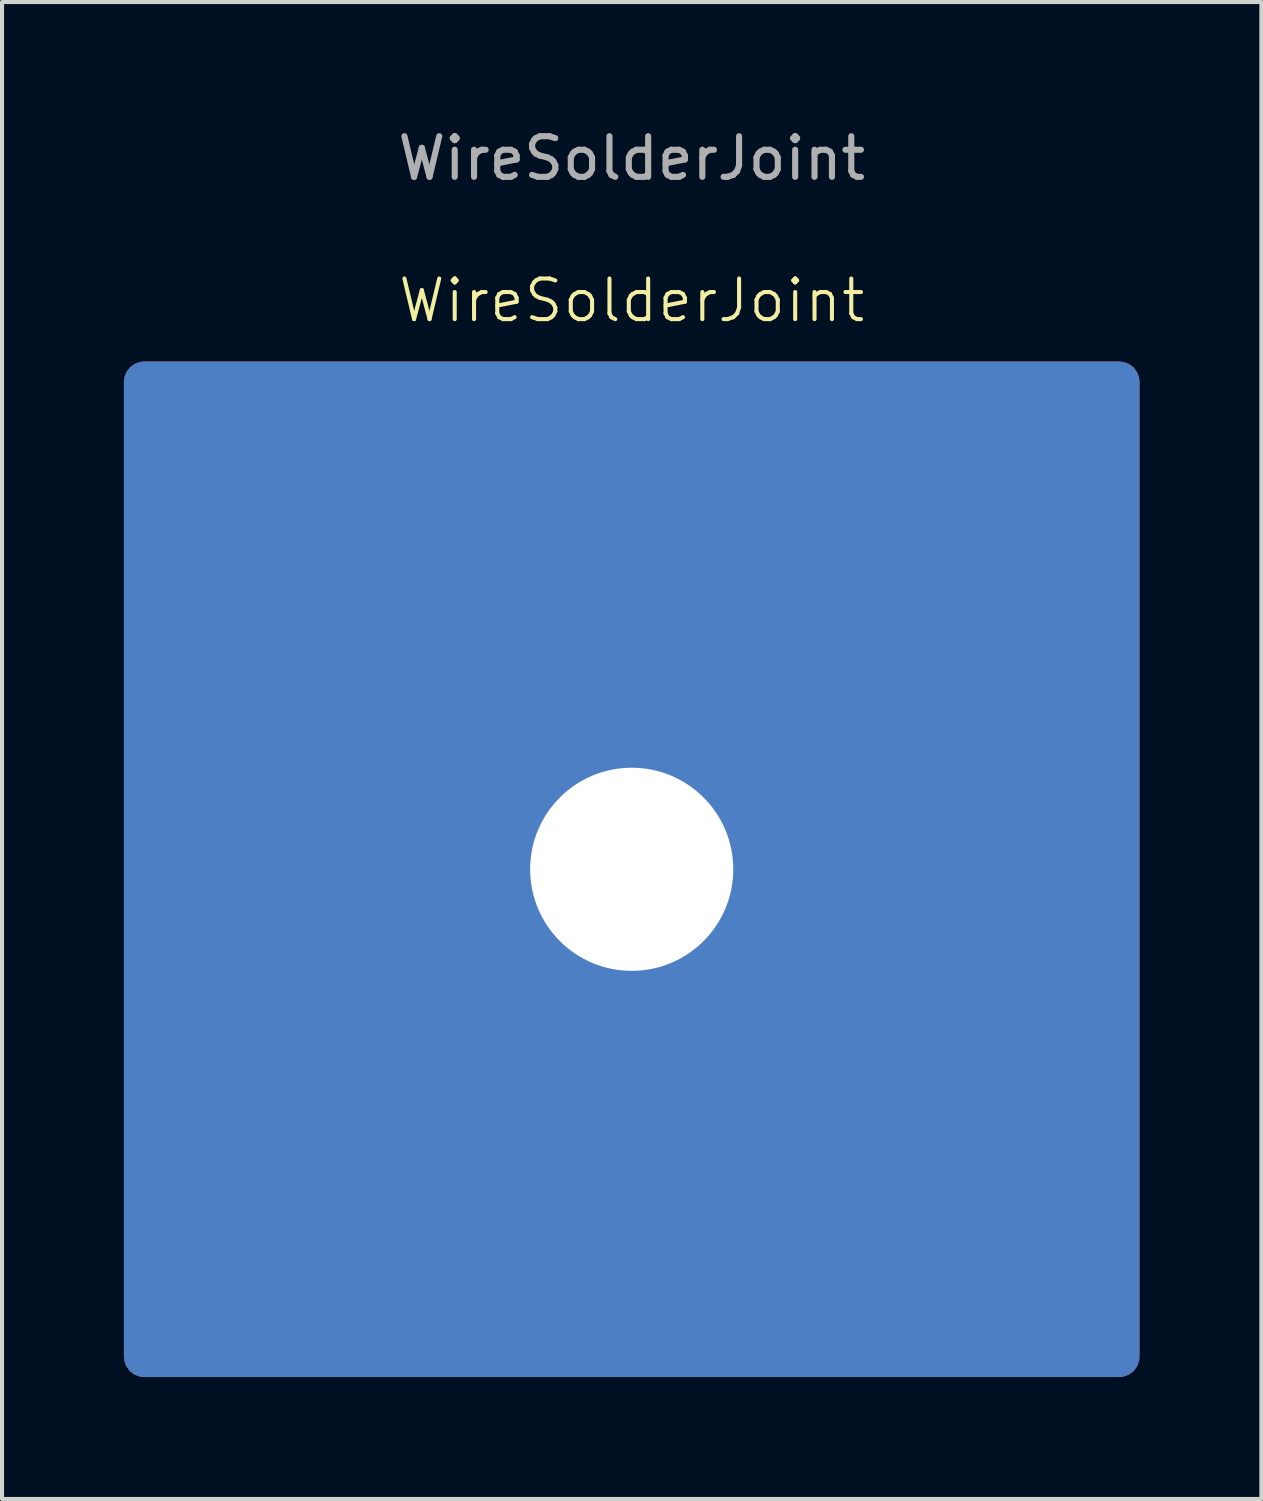
<source format=kicad_pcb>
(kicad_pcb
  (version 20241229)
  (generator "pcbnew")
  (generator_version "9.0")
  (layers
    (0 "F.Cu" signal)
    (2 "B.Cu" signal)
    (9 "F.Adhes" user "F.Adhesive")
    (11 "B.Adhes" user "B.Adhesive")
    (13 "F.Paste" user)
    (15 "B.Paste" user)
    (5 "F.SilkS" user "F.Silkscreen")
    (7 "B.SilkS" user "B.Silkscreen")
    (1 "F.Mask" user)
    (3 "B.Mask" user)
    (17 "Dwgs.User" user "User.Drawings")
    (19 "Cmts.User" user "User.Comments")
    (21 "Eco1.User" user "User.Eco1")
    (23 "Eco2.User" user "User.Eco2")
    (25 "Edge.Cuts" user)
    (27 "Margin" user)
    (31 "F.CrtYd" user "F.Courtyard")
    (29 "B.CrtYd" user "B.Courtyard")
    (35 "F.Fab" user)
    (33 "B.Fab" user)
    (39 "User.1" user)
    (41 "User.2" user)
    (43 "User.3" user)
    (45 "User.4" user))
  (footprint "WireSolderJoint"
    (layer "F.Cu")
    (at 12.5 18.348)
    (property "Reference" "WireSolderJoint" (at 0 -14 0) (unlocked yes) (layer "F.SilkS") (effects (font (size 1 1) (thickness 0.1))))
    (attr smd)
    (fp_text user "${REFERENCE}" (at 0 -17.5 0) (unlocked yes) (layer "F.Fab") (effects (font (size 1 1) (thickness 0.15))))
    (pad "1" thru_hole roundrect (at 0 0) (size 25 25) (drill 5) (layers "*.Cu" "*.Mask") (roundrect_rratio 0.02)))
  (gr_rect
    (start -3 -3)
    (end 28 33.848)
    (stroke (width 0.1) (type default))
    (fill no)
    (layer "Edge.Cuts")))
</source>
